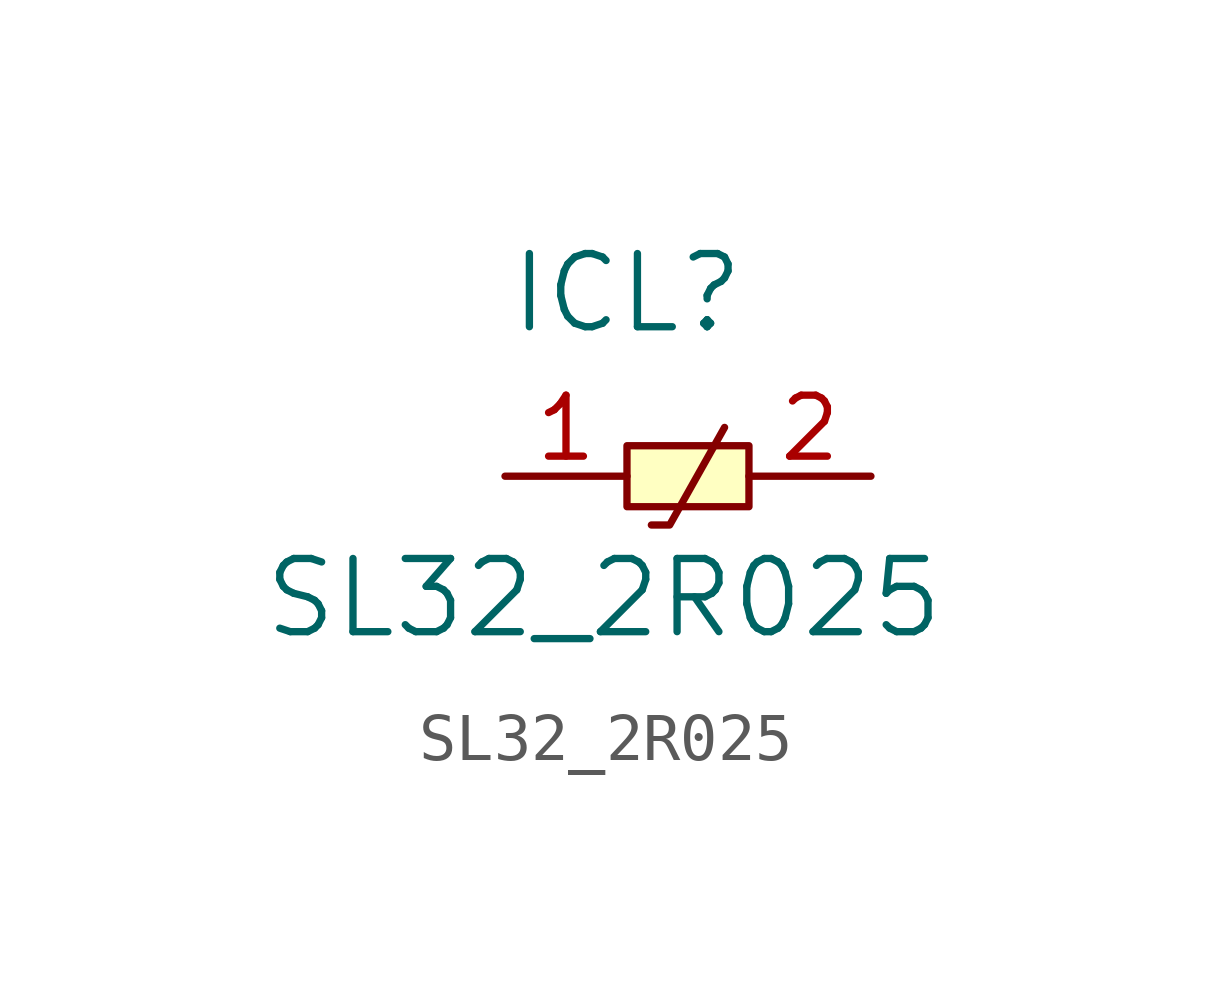
<source format=kicad_sym>
(kicad_symbol_lib
  (version 20201005)
  (generator kicad_symbol_editor)
  (symbol "SL32_2R025"
    (pin_names
      (offset 1.016))
    (property "Reference" "ICL"
      (at 0 3.81 0)
      (effects (font (size 1.524 1.524))))
    (property "Value" "SL32_2R025"
      (at -7.62 -2.54 0)
      (effects (font (size 1.524 1.524)) (justify left)))
    (symbol "SL32_2R025_0_1"
      (rectangle (start 0 0.635) (end 2.54 -0.635) (stroke (width 0)) (fill (type background)))
      (polyline (pts (xy 0.508 -1.016) (xy 0.889 -1.016) (xy 2.032 1.016)) (stroke (width 0)) (fill (type none))))
    (symbol "SL32_2R025_1_1"
      (pin power_in line (at -2.54 0 0) (length 2.54) (name "~" (effects (font (size 1.27 1.27)))) (number "1" (effects (font (size 1.27 1.27)))))
      (pin power_in line (at 5.08 0 180) (length 2.54) (name "~" (effects (font (size 1.27 1.27)))) (number "2" (effects (font (size 1.27 1.27))))))))
</source>
